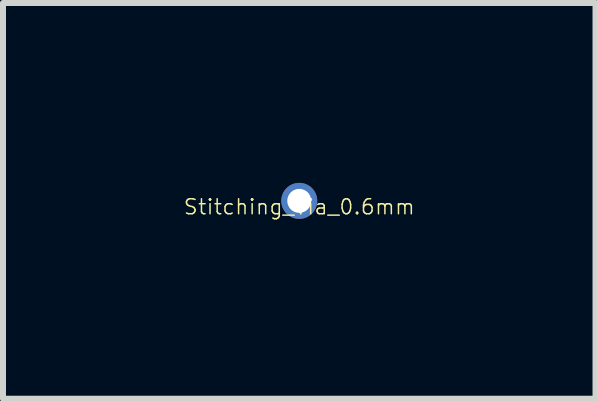
<source format=kicad_pcb>
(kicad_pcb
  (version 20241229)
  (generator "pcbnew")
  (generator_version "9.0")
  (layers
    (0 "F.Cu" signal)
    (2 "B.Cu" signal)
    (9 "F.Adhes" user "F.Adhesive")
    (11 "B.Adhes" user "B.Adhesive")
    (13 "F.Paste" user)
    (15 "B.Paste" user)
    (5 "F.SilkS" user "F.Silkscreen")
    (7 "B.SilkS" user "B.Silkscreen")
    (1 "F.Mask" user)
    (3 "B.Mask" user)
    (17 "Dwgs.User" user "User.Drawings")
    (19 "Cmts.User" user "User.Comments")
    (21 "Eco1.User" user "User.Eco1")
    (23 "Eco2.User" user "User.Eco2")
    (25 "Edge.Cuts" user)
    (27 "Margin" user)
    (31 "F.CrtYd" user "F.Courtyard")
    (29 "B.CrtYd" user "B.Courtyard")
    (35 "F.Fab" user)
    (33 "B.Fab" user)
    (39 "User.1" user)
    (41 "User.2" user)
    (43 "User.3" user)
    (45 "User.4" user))
  (footprint "Stitching_Via_0.6mm"
    (layer "F.Cu")
    (at 1.941 0.3)
    (property "Reference" "Stitching_Via_0.6mm" (at 0 0.1 0) (layer "F.SilkS") (effects (font (size 0.25 0.25) (thickness 0.025))))
    (attr through_hole)
    (pad "1" thru_hole circle (at 0 0) (size 0.6 0.6) (drill 0.4) (layers "*.Cu")))
  (gr_rect
    (start -3 -3)
    (end 6.882 3.6)
    (stroke (width 0.1) (type default))
    (fill no)
    (layer "Edge.Cuts")))
</source>
